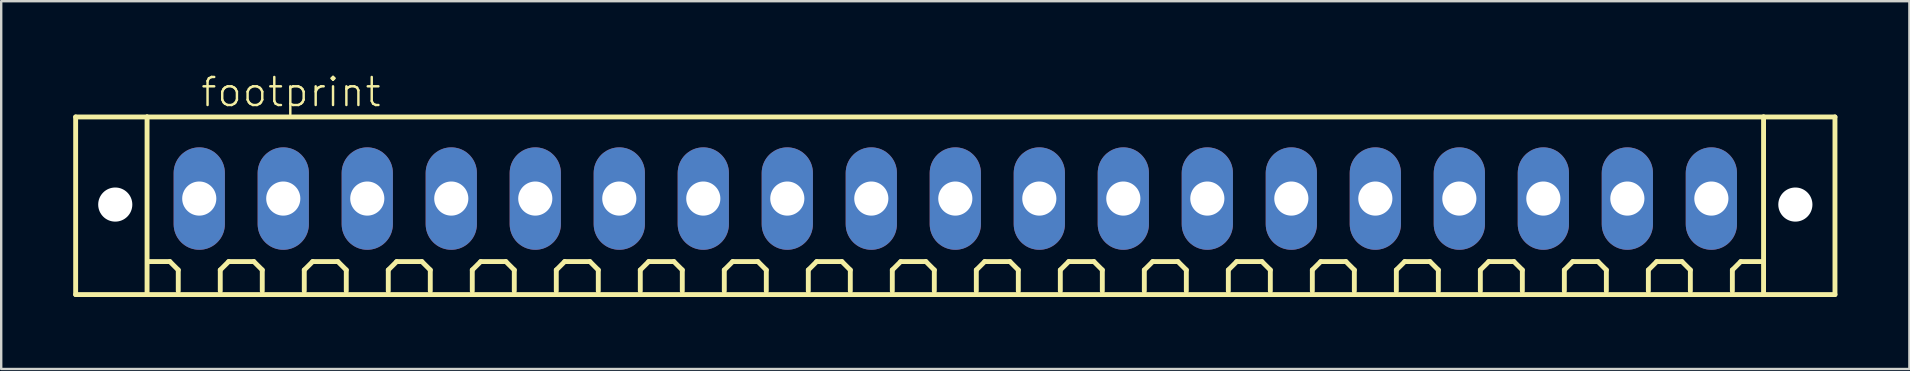
<source format=kicad_pcb>
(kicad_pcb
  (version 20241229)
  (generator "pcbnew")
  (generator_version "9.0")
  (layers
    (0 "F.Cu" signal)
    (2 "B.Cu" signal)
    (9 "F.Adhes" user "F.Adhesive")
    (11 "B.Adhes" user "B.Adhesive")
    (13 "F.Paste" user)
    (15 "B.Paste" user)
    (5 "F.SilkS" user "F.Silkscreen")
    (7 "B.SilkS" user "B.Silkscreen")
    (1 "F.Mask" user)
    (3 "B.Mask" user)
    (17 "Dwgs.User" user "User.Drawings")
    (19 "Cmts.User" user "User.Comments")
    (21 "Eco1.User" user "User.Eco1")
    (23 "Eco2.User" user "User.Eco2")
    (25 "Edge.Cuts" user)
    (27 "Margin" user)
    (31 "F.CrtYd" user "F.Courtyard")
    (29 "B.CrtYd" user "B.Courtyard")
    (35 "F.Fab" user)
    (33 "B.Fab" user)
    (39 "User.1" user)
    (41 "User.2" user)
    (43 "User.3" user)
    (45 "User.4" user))
  (footprint "footprint"
    (layer "F.Cu")
    (at 36.752 5.223)
    (property "Reference" "footprint" (at -31.5 -3.75 0) (layer "F.SilkS") (effects (font (size 1.168 1.168) (thickness 0.102)) (justify left bottom)))
    (fp_line (start -36.65 -3.4) (end -33.675 -3.4) (stroke (width 0.203) (type solid)) (layer "F.SilkS"))
    (fp_line (start -36.65 4) (end -36.65 -3.4) (stroke (width 0.203) (type solid)) (layer "F.SilkS"))
    (fp_line (start -33.675 -3.4) (end 33.675 -3.4) (stroke (width 0.203) (type solid)) (layer "F.SilkS"))
    (fp_line (start -33.675 4) (end -36.65 4) (stroke (width 0.203) (type solid)) (layer "F.SilkS"))
    (fp_line (start -33.675 4) (end -33.675 -3.4) (stroke (width 0.203) (type solid)) (layer "F.SilkS"))
    (fp_line (start -32.725 2.625) (end -33.6 2.625) (stroke (width 0.203) (type solid)) (layer "F.SilkS"))
    (fp_line (start -32.375 2.975) (end -32.725 2.625) (stroke (width 0.203) (type solid)) (layer "F.SilkS"))
    (fp_line (start -32.375 3.85) (end -32.375 2.975) (stroke (width 0.203) (type solid)) (layer "F.SilkS"))
    (fp_line (start -30.625 2.975) (end -30.275 2.625) (stroke (width 0.203) (type solid)) (layer "F.SilkS"))
    (fp_line (start -30.625 3.85) (end -30.625 2.975) (stroke (width 0.203) (type solid)) (layer "F.SilkS"))
    (fp_line (start -30.275 2.625) (end -29.225 2.625) (stroke (width 0.203) (type solid)) (layer "F.SilkS"))
    (fp_line (start -29.225 2.625) (end -28.875 2.975) (stroke (width 0.203) (type solid)) (layer "F.SilkS"))
    (fp_line (start -28.875 2.975) (end -28.875 3.85) (stroke (width 0.203) (type solid)) (layer "F.SilkS"))
    (fp_line (start -27.125 2.975) (end -26.775 2.625) (stroke (width 0.203) (type solid)) (layer "F.SilkS"))
    (fp_line (start -27.125 3.85) (end -27.125 2.975) (stroke (width 0.203) (type solid)) (layer "F.SilkS"))
    (fp_line (start -26.775 2.625) (end -25.725 2.625) (stroke (width 0.203) (type solid)) (layer "F.SilkS"))
    (fp_line (start -25.725 2.625) (end -25.375 2.975) (stroke (width 0.203) (type solid)) (layer "F.SilkS"))
    (fp_line (start -25.375 2.975) (end -25.375 3.85) (stroke (width 0.203) (type solid)) (layer "F.SilkS"))
    (fp_line (start -23.625 2.975) (end -23.275 2.625) (stroke (width 0.203) (type solid)) (layer "F.SilkS"))
    (fp_line (start -23.625 3.85) (end -23.625 2.975) (stroke (width 0.203) (type solid)) (layer "F.SilkS"))
    (fp_line (start -23.275 2.625) (end -22.225 2.625) (stroke (width 0.203) (type solid)) (layer "F.SilkS"))
    (fp_line (start -22.225 2.625) (end -21.875 2.975) (stroke (width 0.203) (type solid)) (layer "F.SilkS"))
    (fp_line (start -21.875 2.975) (end -21.875 3.85) (stroke (width 0.203) (type solid)) (layer "F.SilkS"))
    (fp_line (start -20.125 2.975) (end -19.775 2.625) (stroke (width 0.203) (type solid)) (layer "F.SilkS"))
    (fp_line (start -20.125 3.85) (end -20.125 2.975) (stroke (width 0.203) (type solid)) (layer "F.SilkS"))
    (fp_line (start -19.775 2.625) (end -18.725 2.625) (stroke (width 0.203) (type solid)) (layer "F.SilkS"))
    (fp_line (start -18.725 2.625) (end -18.375 2.975) (stroke (width 0.203) (type solid)) (layer "F.SilkS"))
    (fp_line (start -18.375 2.975) (end -18.375 3.85) (stroke (width 0.203) (type solid)) (layer "F.SilkS"))
    (fp_line (start -16.625 2.975) (end -16.275 2.625) (stroke (width 0.203) (type solid)) (layer "F.SilkS"))
    (fp_line (start -16.625 3.85) (end -16.625 2.975) (stroke (width 0.203) (type solid)) (layer "F.SilkS"))
    (fp_line (start -16.275 2.625) (end -15.225 2.625) (stroke (width 0.203) (type solid)) (layer "F.SilkS"))
    (fp_line (start -15.225 2.625) (end -14.875 2.975) (stroke (width 0.203) (type solid)) (layer "F.SilkS"))
    (fp_line (start -14.875 2.975) (end -14.875 3.85) (stroke (width 0.203) (type solid)) (layer "F.SilkS"))
    (fp_line (start -13.125 2.975) (end -12.775 2.625) (stroke (width 0.203) (type solid)) (layer "F.SilkS"))
    (fp_line (start -13.125 3.85) (end -13.125 2.975) (stroke (width 0.203) (type solid)) (layer "F.SilkS"))
    (fp_line (start -12.775 2.625) (end -11.725 2.625) (stroke (width 0.203) (type solid)) (layer "F.SilkS"))
    (fp_line (start -11.725 2.625) (end -11.375 2.975) (stroke (width 0.203) (type solid)) (layer "F.SilkS"))
    (fp_line (start -11.375 2.975) (end -11.375 3.85) (stroke (width 0.203) (type solid)) (layer "F.SilkS"))
    (fp_line (start -9.625 2.975) (end -9.275 2.625) (stroke (width 0.203) (type solid)) (layer "F.SilkS"))
    (fp_line (start -9.625 3.85) (end -9.625 2.975) (stroke (width 0.203) (type solid)) (layer "F.SilkS"))
    (fp_line (start -9.275 2.625) (end -8.225 2.625) (stroke (width 0.203) (type solid)) (layer "F.SilkS"))
    (fp_line (start -8.225 2.625) (end -7.875 2.975) (stroke (width 0.203) (type solid)) (layer "F.SilkS"))
    (fp_line (start -7.875 2.975) (end -7.875 3.85) (stroke (width 0.203) (type solid)) (layer "F.SilkS"))
    (fp_line (start -6.125 2.975) (end -5.775 2.625) (stroke (width 0.203) (type solid)) (layer "F.SilkS"))
    (fp_line (start -6.125 3.85) (end -6.125 2.975) (stroke (width 0.203) (type solid)) (layer "F.SilkS"))
    (fp_line (start -5.775 2.625) (end -4.725 2.625) (stroke (width 0.203) (type solid)) (layer "F.SilkS"))
    (fp_line (start -4.725 2.625) (end -4.375 2.975) (stroke (width 0.203) (type solid)) (layer "F.SilkS"))
    (fp_line (start -4.375 2.975) (end -4.375 3.85) (stroke (width 0.203) (type solid)) (layer "F.SilkS"))
    (fp_line (start -2.625 2.975) (end -2.275 2.625) (stroke (width 0.203) (type solid)) (layer "F.SilkS"))
    (fp_line (start -2.625 3.85) (end -2.625 2.975) (stroke (width 0.203) (type solid)) (layer "F.SilkS"))
    (fp_line (start -2.275 2.625) (end -1.225 2.625) (stroke (width 0.203) (type solid)) (layer "F.SilkS"))
    (fp_line (start -1.225 2.625) (end -0.875 2.975) (stroke (width 0.203) (type solid)) (layer "F.SilkS"))
    (fp_line (start -0.875 2.975) (end -0.875 3.85) (stroke (width 0.203) (type solid)) (layer "F.SilkS"))
    (fp_line (start 0.875 2.975) (end 1.225 2.625) (stroke (width 0.203) (type solid)) (layer "F.SilkS"))
    (fp_line (start 0.875 3.85) (end 0.875 2.975) (stroke (width 0.203) (type solid)) (layer "F.SilkS"))
    (fp_line (start 1.225 2.625) (end 2.275 2.625) (stroke (width 0.203) (type solid)) (layer "F.SilkS"))
    (fp_line (start 2.275 2.625) (end 2.625 2.975) (stroke (width 0.203) (type solid)) (layer "F.SilkS"))
    (fp_line (start 2.625 2.975) (end 2.625 3.85) (stroke (width 0.203) (type solid)) (layer "F.SilkS"))
    (fp_line (start 4.375 2.975) (end 4.725 2.625) (stroke (width 0.203) (type solid)) (layer "F.SilkS"))
    (fp_line (start 4.375 3.85) (end 4.375 2.975) (stroke (width 0.203) (type solid)) (layer "F.SilkS"))
    (fp_line (start 4.725 2.625) (end 5.775 2.625) (stroke (width 0.203) (type solid)) (layer "F.SilkS"))
    (fp_line (start 5.775 2.625) (end 6.125 2.975) (stroke (width 0.203) (type solid)) (layer "F.SilkS"))
    (fp_line (start 6.125 2.975) (end 6.125 3.85) (stroke (width 0.203) (type solid)) (layer "F.SilkS"))
    (fp_line (start 7.875 2.975) (end 8.225 2.625) (stroke (width 0.203) (type solid)) (layer "F.SilkS"))
    (fp_line (start 7.875 3.85) (end 7.875 2.975) (stroke (width 0.203) (type solid)) (layer "F.SilkS"))
    (fp_line (start 8.225 2.625) (end 9.275 2.625) (stroke (width 0.203) (type solid)) (layer "F.SilkS"))
    (fp_line (start 9.275 2.625) (end 9.625 2.975) (stroke (width 0.203) (type solid)) (layer "F.SilkS"))
    (fp_line (start 9.625 2.975) (end 9.625 3.85) (stroke (width 0.203) (type solid)) (layer "F.SilkS"))
    (fp_line (start 11.375 2.975) (end 11.725 2.625) (stroke (width 0.203) (type solid)) (layer "F.SilkS"))
    (fp_line (start 11.375 3.85) (end 11.375 2.975) (stroke (width 0.203) (type solid)) (layer "F.SilkS"))
    (fp_line (start 11.725 2.625) (end 12.775 2.625) (stroke (width 0.203) (type solid)) (layer "F.SilkS"))
    (fp_line (start 12.775 2.625) (end 13.125 2.975) (stroke (width 0.203) (type solid)) (layer "F.SilkS"))
    (fp_line (start 13.125 2.975) (end 13.125 3.85) (stroke (width 0.203) (type solid)) (layer "F.SilkS"))
    (fp_line (start 14.875 2.975) (end 15.225 2.625) (stroke (width 0.203) (type solid)) (layer "F.SilkS"))
    (fp_line (start 14.875 3.85) (end 14.875 2.975) (stroke (width 0.203) (type solid)) (layer "F.SilkS"))
    (fp_line (start 15.225 2.625) (end 16.275 2.625) (stroke (width 0.203) (type solid)) (layer "F.SilkS"))
    (fp_line (start 16.275 2.625) (end 16.625 2.975) (stroke (width 0.203) (type solid)) (layer "F.SilkS"))
    (fp_line (start 16.625 2.975) (end 16.625 3.85) (stroke (width 0.203) (type solid)) (layer "F.SilkS"))
    (fp_line (start 18.375 2.975) (end 18.725 2.625) (stroke (width 0.203) (type solid)) (layer "F.SilkS"))
    (fp_line (start 18.375 3.85) (end 18.375 2.975) (stroke (width 0.203) (type solid)) (layer "F.SilkS"))
    (fp_line (start 18.725 2.625) (end 19.775 2.625) (stroke (width 0.203) (type solid)) (layer "F.SilkS"))
    (fp_line (start 19.775 2.625) (end 20.125 2.975) (stroke (width 0.203) (type solid)) (layer "F.SilkS"))
    (fp_line (start 20.125 2.975) (end 20.125 3.85) (stroke (width 0.203) (type solid)) (layer "F.SilkS"))
    (fp_line (start 21.875 2.975) (end 22.225 2.625) (stroke (width 0.203) (type solid)) (layer "F.SilkS"))
    (fp_line (start 21.875 3.85) (end 21.875 2.975) (stroke (width 0.203) (type solid)) (layer "F.SilkS"))
    (fp_line (start 22.225 2.625) (end 23.275 2.625) (stroke (width 0.203) (type solid)) (layer "F.SilkS"))
    (fp_line (start 23.275 2.625) (end 23.625 2.975) (stroke (width 0.203) (type solid)) (layer "F.SilkS"))
    (fp_line (start 23.625 2.975) (end 23.625 3.85) (stroke (width 0.203) (type solid)) (layer "F.SilkS"))
    (fp_line (start 25.375 2.975) (end 25.725 2.625) (stroke (width 0.203) (type solid)) (layer "F.SilkS"))
    (fp_line (start 25.375 3.85) (end 25.375 2.975) (stroke (width 0.203) (type solid)) (layer "F.SilkS"))
    (fp_line (start 25.725 2.625) (end 26.775 2.625) (stroke (width 0.203) (type solid)) (layer "F.SilkS"))
    (fp_line (start 26.775 2.625) (end 27.125 2.975) (stroke (width 0.203) (type solid)) (layer "F.SilkS"))
    (fp_line (start 27.125 2.975) (end 27.125 3.85) (stroke (width 0.203) (type solid)) (layer "F.SilkS"))
    (fp_line (start 28.875 2.975) (end 29.225 2.625) (stroke (width 0.203) (type solid)) (layer "F.SilkS"))
    (fp_line (start 28.875 3.85) (end 28.875 2.975) (stroke (width 0.203) (type solid)) (layer "F.SilkS"))
    (fp_line (start 29.225 2.625) (end 30.275 2.625) (stroke (width 0.203) (type solid)) (layer "F.SilkS"))
    (fp_line (start 30.275 2.625) (end 30.625 2.975) (stroke (width 0.203) (type solid)) (layer "F.SilkS"))
    (fp_line (start 30.625 2.975) (end 30.625 3.85) (stroke (width 0.203) (type solid)) (layer "F.SilkS"))
    (fp_line (start 32.375 2.975) (end 32.725 2.625) (stroke (width 0.203) (type solid)) (layer "F.SilkS"))
    (fp_line (start 32.375 3.85) (end 32.375 2.975) (stroke (width 0.203) (type solid)) (layer "F.SilkS"))
    (fp_line (start 32.725 2.625) (end 33.6 2.625) (stroke (width 0.203) (type solid)) (layer "F.SilkS"))
    (fp_line (start 33.675 -3.4) (end 33.675 4) (stroke (width 0.203) (type solid)) (layer "F.SilkS"))
    (fp_line (start 33.675 -3.4) (end 36.65 -3.4) (stroke (width 0.203) (type solid)) (layer "F.SilkS"))
    (fp_line (start 33.675 4) (end -33.675 4) (stroke (width 0.203) (type solid)) (layer "F.SilkS"))
    (fp_line (start 36.65 -3.4) (end 36.65 4) (stroke (width 0.203) (type solid)) (layer "F.SilkS"))
    (fp_line (start 36.65 4) (end 33.675 4) (stroke (width 0.203) (type solid)) (layer "F.SilkS"))
    (pad "" np_thru_hole circle (at -35 0.25) (size 1.422 1.422) (drill 1.422) (layers "*.Cu" "*.Mask"))
    (pad "" np_thru_hole circle (at 35 0.25) (size 1.422 1.422) (drill 1.422) (layers "*.Cu" "*.Mask"))
    (pad "1" thru_hole oval (at -31.5 0 90) (size 4.267 2.134) (drill 1.422) (layers "*.Cu" "*.Mask"))
    (pad "2" thru_hole oval (at -28 0 90) (size 4.267 2.134) (drill 1.422) (layers "*.Cu" "*.Mask"))
    (pad "3" thru_hole oval (at -24.5 0 90) (size 4.267 2.134) (drill 1.422) (layers "*.Cu" "*.Mask"))
    (pad "4" thru_hole oval (at -21 0 90) (size 4.267 2.134) (drill 1.422) (layers "*.Cu" "*.Mask"))
    (pad "5" thru_hole oval (at -17.5 0 90) (size 4.267 2.134) (drill 1.422) (layers "*.Cu" "*.Mask"))
    (pad "6" thru_hole oval (at -14 0 90) (size 4.267 2.134) (drill 1.422) (layers "*.Cu" "*.Mask"))
    (pad "7" thru_hole oval (at -10.5 0 90) (size 4.267 2.134) (drill 1.422) (layers "*.Cu" "*.Mask"))
    (pad "8" thru_hole oval (at -7 0 90) (size 4.267 2.134) (drill 1.422) (layers "*.Cu" "*.Mask"))
    (pad "9" thru_hole oval (at -3.5 0 90) (size 4.267 2.134) (drill 1.422) (layers "*.Cu" "*.Mask"))
    (pad "10" thru_hole oval (at 0 0 90) (size 4.267 2.134) (drill 1.422) (layers "*.Cu" "*.Mask"))
    (pad "11" thru_hole oval (at 3.5 0 90) (size 4.267 2.134) (drill 1.422) (layers "*.Cu" "*.Mask"))
    (pad "12" thru_hole oval (at 7 0 90) (size 4.267 2.134) (drill 1.422) (layers "*.Cu" "*.Mask"))
    (pad "13" thru_hole oval (at 10.5 0 90) (size 4.267 2.134) (drill 1.422) (layers "*.Cu" "*.Mask"))
    (pad "14" thru_hole oval (at 14 0 90) (size 4.267 2.134) (drill 1.422) (layers "*.Cu" "*.Mask"))
    (pad "15" thru_hole oval (at 17.5 0 90) (size 4.267 2.134) (drill 1.422) (layers "*.Cu" "*.Mask"))
    (pad "16" thru_hole oval (at 21 0 90) (size 4.267 2.134) (drill 1.422) (layers "*.Cu" "*.Mask"))
    (pad "17" thru_hole oval (at 24.5 0 90) (size 4.267 2.134) (drill 1.422) (layers "*.Cu" "*.Mask"))
    (pad "18" thru_hole oval (at 28 0 90) (size 4.267 2.134) (drill 1.422) (layers "*.Cu" "*.Mask"))
    (pad "19" thru_hole oval (at 31.5 0 90) (size 4.267 2.134) (drill 1.422) (layers "*.Cu" "*.Mask")))
  (gr_rect
    (start -3 -3)
    (end 76.503 12.325)
    (stroke (width 0.1) (type default))
    (fill no)
    (layer "Edge.Cuts")))
</source>
